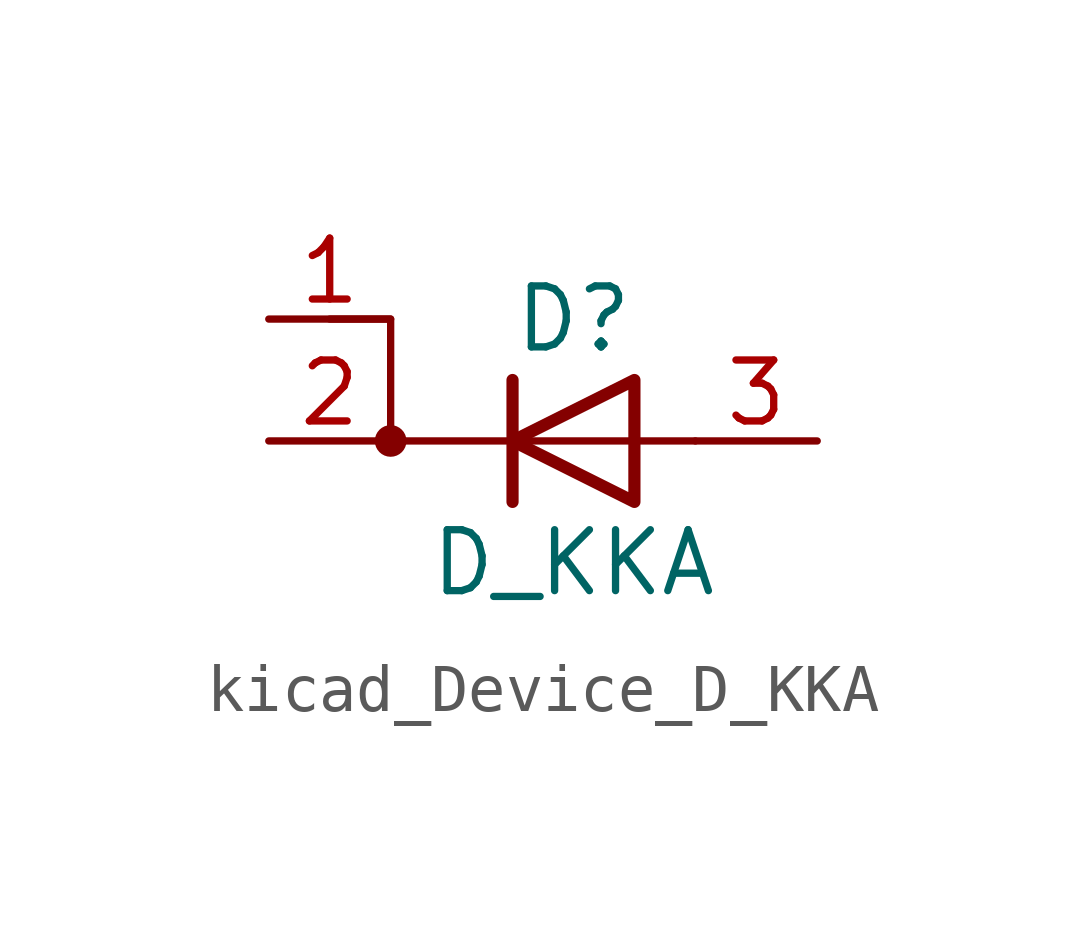
<source format=kicad_sym>
(kicad_symbol_lib
  (version 20220914)
  (generator kicad_symbol_editor)
  (symbol "kicad_Device_D_KKA"
    (pin_names
      (offset 0) hide)
    (property "Reference" "D"
      (at 0 2.54 0)
      (effects (font (size 1.27 1.27))))
    (property "Value" "D_KKA"
      (at 0 -2.54 0)
      (effects (font (size 1.27 1.27))))
    (symbol "kicad_Device_D_KKA_0_1"
      (circle (center -3.81 0) (radius 0.254) (stroke (width 0) (type default)) (fill (type outline)))
      (polyline (pts (xy -1.27 1.27) (xy -1.27 -1.27)) (stroke (width 0.254) (type default)) (fill (type none)))
      (polyline (pts (xy -5.08 2.54) (xy -3.81 2.54) (xy -3.81 0) (xy 2.54 0)) (stroke (width 0) (type default)) (fill (type none)))
      (polyline (pts (xy 1.27 1.27) (xy 1.27 -1.27) (xy -1.27 0) (xy 1.27 1.27)) (stroke (width 0.254) (type default)) (fill (type none))))
    (symbol "kicad_Device_D_KKA_1_1"
      (pin input line (at -6.35 2.54 0) (length 2.54) (name "K" (effects (font (size 1.27 1.27)))) (number "1" (effects (font (size 1.27 1.27)))))
      (pin passive line (at -6.35 0 0) (length 2.54) (name "K" (effects (font (size 1.27 1.27)))) (number "2" (effects (font (size 1.27 1.27)))))
      (pin passive line (at 5.08 0 180) (length 2.54) (name "A" (effects (font (size 1.27 1.27)))) (number "3" (effects (font (size 1.27 1.27))))))))
</source>
